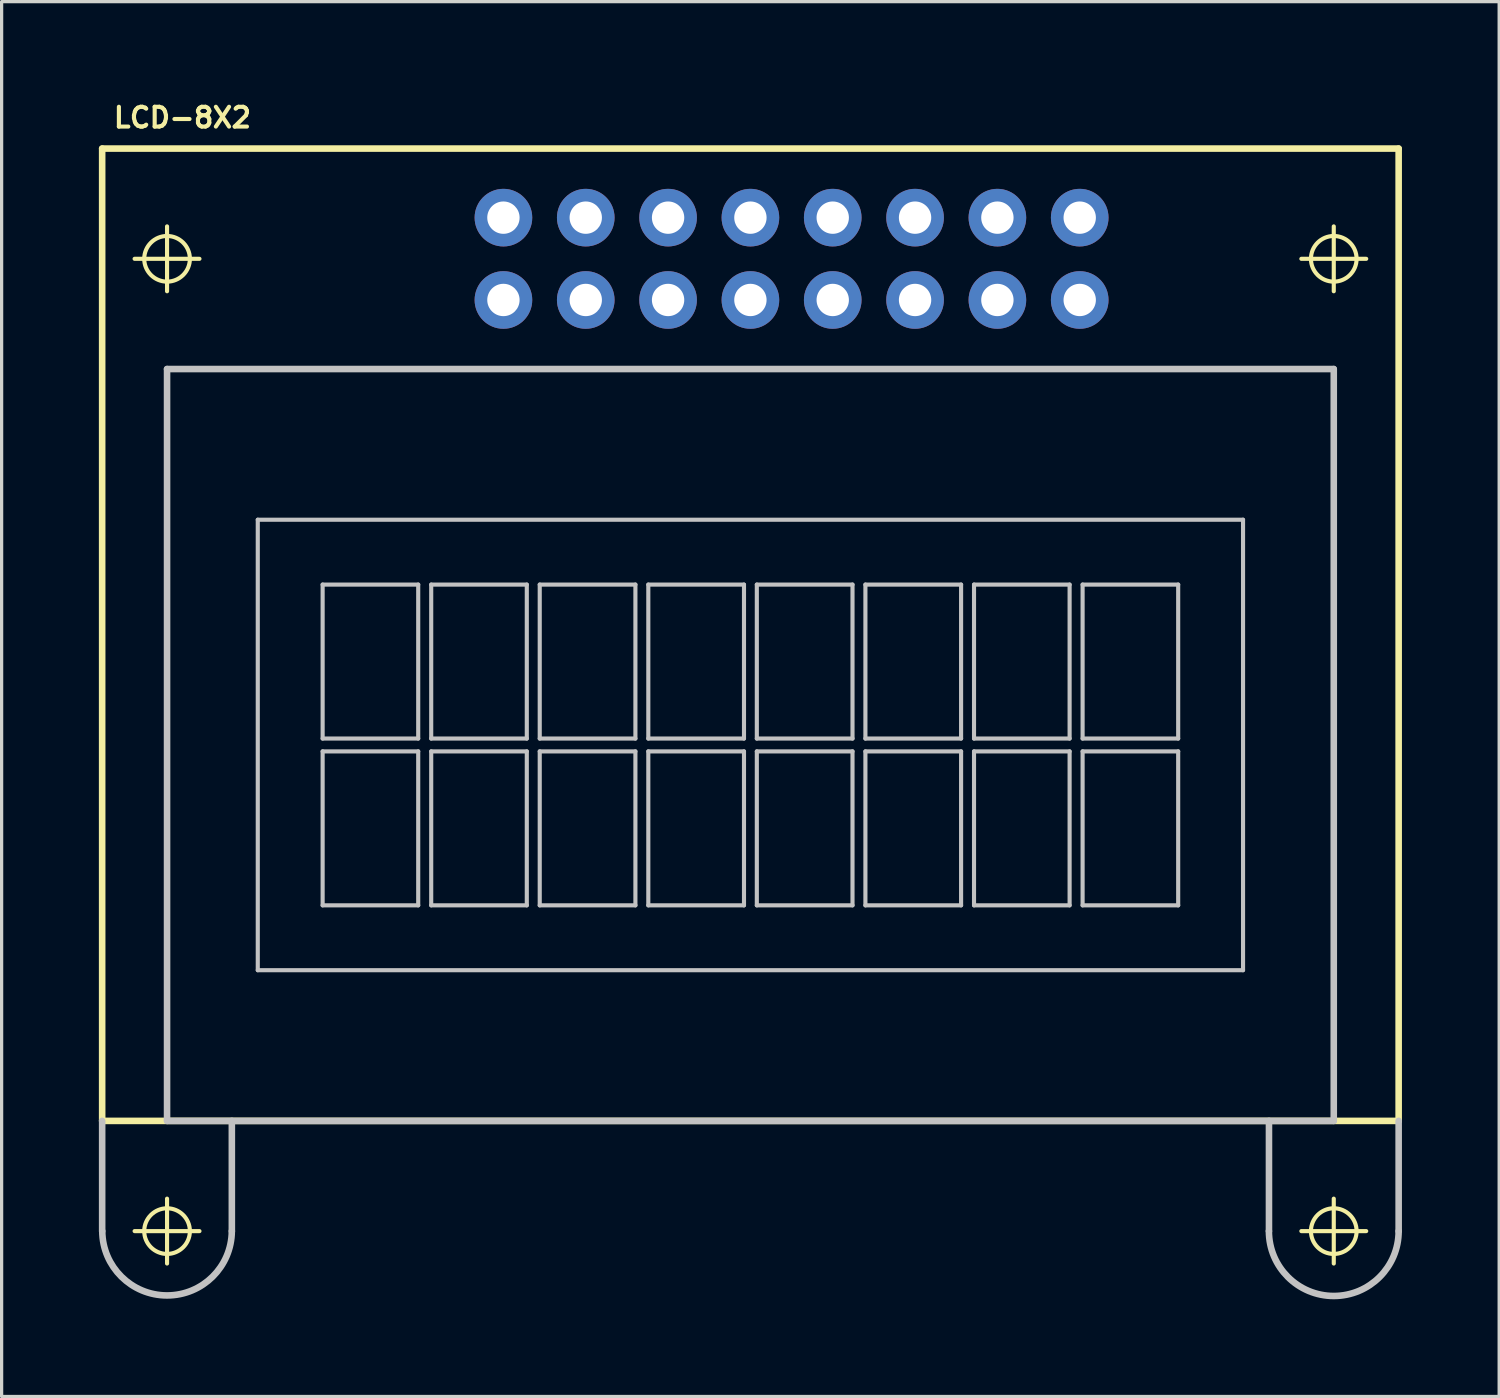
<source format=kicad_pcb>
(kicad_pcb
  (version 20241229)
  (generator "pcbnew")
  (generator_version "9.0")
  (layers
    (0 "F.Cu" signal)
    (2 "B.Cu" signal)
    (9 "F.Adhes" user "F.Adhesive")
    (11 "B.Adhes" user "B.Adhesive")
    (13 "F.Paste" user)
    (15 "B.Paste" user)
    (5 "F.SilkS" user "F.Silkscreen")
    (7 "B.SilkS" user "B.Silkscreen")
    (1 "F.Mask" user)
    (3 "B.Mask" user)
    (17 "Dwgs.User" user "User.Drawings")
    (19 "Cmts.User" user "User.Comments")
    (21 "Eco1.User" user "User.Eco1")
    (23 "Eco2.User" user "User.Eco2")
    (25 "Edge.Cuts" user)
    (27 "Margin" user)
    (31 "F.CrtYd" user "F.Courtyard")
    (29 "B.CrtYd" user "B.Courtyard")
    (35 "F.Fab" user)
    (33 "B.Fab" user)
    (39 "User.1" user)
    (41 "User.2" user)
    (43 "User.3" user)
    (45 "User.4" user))
  (footprint "LCD-8X2"
    (layer "F.Cu")
    (at 20.102 19.934)
    (property "Reference" "LCD-8X2" (at -17.523 -19.355 0) (layer "F.SilkS") (effects (font (size 0.61 0.61) (thickness 0.127))))
    (attr exclude_from_pos_files exclude_from_bom)
    (fp_line (start -20 -18.4) (end 20 -18.4) (stroke (width 0.203) (type solid)) (layer "F.SilkS"))
    (fp_line (start -20 11.598) (end -20 -18.4) (stroke (width 0.203) (type solid)) (layer "F.SilkS"))
    (fp_line (start -18.999 -14.999) (end -16.998 -14.999) (stroke (width 0.127) (type solid)) (layer "F.SilkS"))
    (fp_line (start -18.999 14.999) (end -16.998 14.999) (stroke (width 0.127) (type solid)) (layer "F.SilkS"))
    (fp_line (start -17.998 -13.998) (end -17.998 -15.999) (stroke (width 0.127) (type solid)) (layer "F.SilkS"))
    (fp_line (start -17.998 15.999) (end -17.998 13.998) (stroke (width 0.127) (type solid)) (layer "F.SilkS"))
    (fp_line (start 16.998 -14.999) (end 18.999 -14.999) (stroke (width 0.127) (type solid)) (layer "F.SilkS"))
    (fp_line (start 16.998 14.999) (end 18.999 14.999) (stroke (width 0.127) (type solid)) (layer "F.SilkS"))
    (fp_line (start 17.998 -13.998) (end 17.998 -15.999) (stroke (width 0.127) (type solid)) (layer "F.SilkS"))
    (fp_line (start 17.998 15.999) (end 17.998 13.998) (stroke (width 0.127) (type solid)) (layer "F.SilkS"))
    (fp_line (start 20 -18.4) (end 20 11.598) (stroke (width 0.203) (type solid)) (layer "F.SilkS"))
    (fp_line (start 20 11.598) (end -20 11.598) (stroke (width 0.203) (type solid)) (layer "F.SilkS"))
    (fp_circle (center -17.998 -14.999) (end -18.496 -15.497) (stroke (width 0.127) (type solid)) (fill no) (layer "F.SilkS"))
    (fp_circle (center -17.998 14.999) (end -18.496 15.497) (stroke (width 0.127) (type solid)) (fill no) (layer "F.SilkS"))
    (fp_circle (center 17.998 -14.999) (end 18.496 -15.497) (stroke (width 0.127) (type solid)) (fill no) (layer "F.SilkS"))
    (fp_circle (center 17.998 14.999) (end 18.496 15.497) (stroke (width 0.127) (type solid)) (fill no) (layer "F.SilkS"))
    (fp_line (start -20 14.999) (end -20 11.598) (stroke (width 0.203) (type solid)) (layer "Dwgs.User"))
    (fp_line (start -17.998 -11.598) (end -17.998 11.598) (stroke (width 0.203) (type solid)) (layer "Dwgs.User"))
    (fp_line (start -17.998 -11.598) (end 17.998 -11.598) (stroke (width 0.203) (type solid)) (layer "Dwgs.User"))
    (fp_line (start -17.998 11.598) (end 17.998 11.598) (stroke (width 0.203) (type solid)) (layer "Dwgs.User"))
    (fp_line (start -15.999 14.999) (end -15.999 11.598) (stroke (width 0.203) (type solid)) (layer "Dwgs.User"))
    (fp_line (start -15.199 -6.949) (end -15.199 6.949) (stroke (width 0.127) (type solid)) (layer "Dwgs.User"))
    (fp_line (start -15.199 6.949) (end 15.199 6.949) (stroke (width 0.127) (type solid)) (layer "Dwgs.User"))
    (fp_line (start -13.198 -4.948) (end -10.249 -4.948) (stroke (width 0.127) (type solid)) (layer "Dwgs.User"))
    (fp_line (start -13.198 -0.198) (end -13.198 -4.948) (stroke (width 0.127) (type solid)) (layer "Dwgs.User"))
    (fp_line (start -13.198 0.198) (end -13.198 4.948) (stroke (width 0.127) (type solid)) (layer "Dwgs.User"))
    (fp_line (start -13.198 4.948) (end -10.249 4.948) (stroke (width 0.127) (type solid)) (layer "Dwgs.User"))
    (fp_line (start -10.249 -4.948) (end -10.249 -0.198) (stroke (width 0.127) (type solid)) (layer "Dwgs.User"))
    (fp_line (start -10.249 -0.198) (end -13.198 -0.198) (stroke (width 0.127) (type solid)) (layer "Dwgs.User"))
    (fp_line (start -10.249 0.198) (end -13.198 0.198) (stroke (width 0.127) (type solid)) (layer "Dwgs.User"))
    (fp_line (start -10.249 4.948) (end -10.249 0.198) (stroke (width 0.127) (type solid)) (layer "Dwgs.User"))
    (fp_line (start -9.848 -4.948) (end -6.899 -4.948) (stroke (width 0.127) (type solid)) (layer "Dwgs.User"))
    (fp_line (start -9.848 -0.198) (end -9.848 -4.948) (stroke (width 0.127) (type solid)) (layer "Dwgs.User"))
    (fp_line (start -9.848 0.198) (end -9.848 4.948) (stroke (width 0.127) (type solid)) (layer "Dwgs.User"))
    (fp_line (start -9.848 4.948) (end -6.899 4.948) (stroke (width 0.127) (type solid)) (layer "Dwgs.User"))
    (fp_line (start -6.899 -4.948) (end -6.899 -0.198) (stroke (width 0.127) (type solid)) (layer "Dwgs.User"))
    (fp_line (start -6.899 -0.198) (end -9.848 -0.198) (stroke (width 0.127) (type solid)) (layer "Dwgs.User"))
    (fp_line (start -6.899 0.198) (end -9.848 0.198) (stroke (width 0.127) (type solid)) (layer "Dwgs.User"))
    (fp_line (start -6.899 4.948) (end -6.899 0.198) (stroke (width 0.127) (type solid)) (layer "Dwgs.User"))
    (fp_line (start -6.5 -4.948) (end -3.548 -4.948) (stroke (width 0.127) (type solid)) (layer "Dwgs.User"))
    (fp_line (start -6.5 -0.198) (end -6.5 -4.948) (stroke (width 0.127) (type solid)) (layer "Dwgs.User"))
    (fp_line (start -6.5 0.198) (end -6.5 4.948) (stroke (width 0.127) (type solid)) (layer "Dwgs.User"))
    (fp_line (start -6.5 4.948) (end -3.548 4.948) (stroke (width 0.127) (type solid)) (layer "Dwgs.User"))
    (fp_line (start -3.548 -4.948) (end -3.548 -0.198) (stroke (width 0.127) (type solid)) (layer "Dwgs.User"))
    (fp_line (start -3.548 -0.198) (end -6.5 -0.198) (stroke (width 0.127) (type solid)) (layer "Dwgs.User"))
    (fp_line (start -3.548 0.198) (end -6.5 0.198) (stroke (width 0.127) (type solid)) (layer "Dwgs.User"))
    (fp_line (start -3.548 4.948) (end -3.548 0.198) (stroke (width 0.127) (type solid)) (layer "Dwgs.User"))
    (fp_line (start -3.15 -4.948) (end -0.198 -4.948) (stroke (width 0.127) (type solid)) (layer "Dwgs.User"))
    (fp_line (start -3.15 -0.198) (end -3.15 -4.948) (stroke (width 0.127) (type solid)) (layer "Dwgs.User"))
    (fp_line (start -3.15 0.198) (end -3.15 4.948) (stroke (width 0.127) (type solid)) (layer "Dwgs.User"))
    (fp_line (start -3.15 4.948) (end -0.198 4.948) (stroke (width 0.127) (type solid)) (layer "Dwgs.User"))
    (fp_line (start -0.198 -4.948) (end -0.198 -0.198) (stroke (width 0.127) (type solid)) (layer "Dwgs.User"))
    (fp_line (start -0.198 -0.198) (end -3.15 -0.198) (stroke (width 0.127) (type solid)) (layer "Dwgs.User"))
    (fp_line (start -0.198 0.198) (end -3.15 0.198) (stroke (width 0.127) (type solid)) (layer "Dwgs.User"))
    (fp_line (start -0.198 4.948) (end -0.198 0.198) (stroke (width 0.127) (type solid)) (layer "Dwgs.User"))
    (fp_line (start 0.198 -4.948) (end 3.15 -4.948) (stroke (width 0.127) (type solid)) (layer "Dwgs.User"))
    (fp_line (start 0.198 -0.198) (end 0.198 -4.948) (stroke (width 0.127) (type solid)) (layer "Dwgs.User"))
    (fp_line (start 0.198 0.198) (end 0.198 4.948) (stroke (width 0.127) (type solid)) (layer "Dwgs.User"))
    (fp_line (start 0.198 4.948) (end 3.15 4.948) (stroke (width 0.127) (type solid)) (layer "Dwgs.User"))
    (fp_line (start 3.15 -4.948) (end 3.15 -0.198) (stroke (width 0.127) (type solid)) (layer "Dwgs.User"))
    (fp_line (start 3.15 -0.198) (end 0.198 -0.198) (stroke (width 0.127) (type solid)) (layer "Dwgs.User"))
    (fp_line (start 3.15 0.198) (end 0.198 0.198) (stroke (width 0.127) (type solid)) (layer "Dwgs.User"))
    (fp_line (start 3.15 4.948) (end 3.15 0.198) (stroke (width 0.127) (type solid)) (layer "Dwgs.User"))
    (fp_line (start 3.548 -4.948) (end 6.5 -4.948) (stroke (width 0.127) (type solid)) (layer "Dwgs.User"))
    (fp_line (start 3.548 -0.198) (end 3.548 -4.948) (stroke (width 0.127) (type solid)) (layer "Dwgs.User"))
    (fp_line (start 3.548 0.198) (end 3.548 4.948) (stroke (width 0.127) (type solid)) (layer "Dwgs.User"))
    (fp_line (start 3.548 4.948) (end 6.5 4.948) (stroke (width 0.127) (type solid)) (layer "Dwgs.User"))
    (fp_line (start 6.5 -4.948) (end 6.5 -0.198) (stroke (width 0.127) (type solid)) (layer "Dwgs.User"))
    (fp_line (start 6.5 -0.198) (end 3.548 -0.198) (stroke (width 0.127) (type solid)) (layer "Dwgs.User"))
    (fp_line (start 6.5 0.198) (end 3.548 0.198) (stroke (width 0.127) (type solid)) (layer "Dwgs.User"))
    (fp_line (start 6.5 4.948) (end 6.5 0.198) (stroke (width 0.127) (type solid)) (layer "Dwgs.User"))
    (fp_line (start 6.899 -4.948) (end 9.848 -4.948) (stroke (width 0.127) (type solid)) (layer "Dwgs.User"))
    (fp_line (start 6.899 -0.198) (end 6.899 -4.948) (stroke (width 0.127) (type solid)) (layer "Dwgs.User"))
    (fp_line (start 6.899 0.198) (end 6.899 4.948) (stroke (width 0.127) (type solid)) (layer "Dwgs.User"))
    (fp_line (start 6.899 4.948) (end 9.848 4.948) (stroke (width 0.127) (type solid)) (layer "Dwgs.User"))
    (fp_line (start 9.848 -4.948) (end 9.848 -0.198) (stroke (width 0.127) (type solid)) (layer "Dwgs.User"))
    (fp_line (start 9.848 -0.198) (end 6.899 -0.198) (stroke (width 0.127) (type solid)) (layer "Dwgs.User"))
    (fp_line (start 9.848 0.198) (end 6.899 0.198) (stroke (width 0.127) (type solid)) (layer "Dwgs.User"))
    (fp_line (start 9.848 4.948) (end 9.848 0.198) (stroke (width 0.127) (type solid)) (layer "Dwgs.User"))
    (fp_line (start 10.249 -4.948) (end 13.198 -4.948) (stroke (width 0.127) (type solid)) (layer "Dwgs.User"))
    (fp_line (start 10.249 -0.198) (end 10.249 -4.948) (stroke (width 0.127) (type solid)) (layer "Dwgs.User"))
    (fp_line (start 10.249 0.198) (end 10.249 4.948) (stroke (width 0.127) (type solid)) (layer "Dwgs.User"))
    (fp_line (start 10.249 4.948) (end 13.198 4.948) (stroke (width 0.127) (type solid)) (layer "Dwgs.User"))
    (fp_line (start 13.198 -4.948) (end 13.198 -0.198) (stroke (width 0.127) (type solid)) (layer "Dwgs.User"))
    (fp_line (start 13.198 -0.198) (end 10.249 -0.198) (stroke (width 0.127) (type solid)) (layer "Dwgs.User"))
    (fp_line (start 13.198 0.198) (end 10.249 0.198) (stroke (width 0.127) (type solid)) (layer "Dwgs.User"))
    (fp_line (start 13.198 4.948) (end 13.198 0.198) (stroke (width 0.127) (type solid)) (layer "Dwgs.User"))
    (fp_line (start 15.199 -6.949) (end -15.199 -6.949) (stroke (width 0.127) (type solid)) (layer "Dwgs.User"))
    (fp_line (start 15.199 6.949) (end 15.199 -6.949) (stroke (width 0.127) (type solid)) (layer "Dwgs.User"))
    (fp_line (start 15.999 14.999) (end 15.999 11.598) (stroke (width 0.203) (type solid)) (layer "Dwgs.User"))
    (fp_line (start 17.998 -11.598) (end 17.998 11.598) (stroke (width 0.203) (type solid)) (layer "Dwgs.User"))
    (fp_line (start 20 14.999) (end 20 11.598) (stroke (width 0.203) (type solid)) (layer "Dwgs.User"))
    (fp_arc (start -15.99946 14.9987) (mid -17.99844 16.99768) (end -19.99742 14.9987) (stroke (width 0.2032) (type solid)) (layer "Dwgs.User"))
    (fp_arc (start 19.99996 14.9987) (mid 17.99844 17.00022) (end 15.99692 14.9987) (stroke (width 0.2032) (type solid)) (layer "Dwgs.User"))
    (pad "1" thru_hole circle (at -7.62 -13.729) (size 1.778 1.778) (drill 0.998) (layers "*.Cu" "*.Paste" "*.Mask"))
    (pad "2" thru_hole circle (at -7.62 -16.269) (size 1.778 1.778) (drill 0.998) (layers "*.Cu" "*.Paste" "*.Mask"))
    (pad "3" thru_hole circle (at -5.08 -13.729) (size 1.778 1.778) (drill 0.998) (layers "*.Cu" "*.Paste" "*.Mask"))
    (pad "4" thru_hole circle (at -5.08 -16.269) (size 1.778 1.778) (drill 0.998) (layers "*.Cu" "*.Paste" "*.Mask"))
    (pad "5" thru_hole circle (at -2.54 -13.729) (size 1.778 1.778) (drill 0.998) (layers "*.Cu" "*.Paste" "*.Mask"))
    (pad "6" thru_hole circle (at -2.54 -16.269) (size 1.778 1.778) (drill 0.998) (layers "*.Cu" "*.Paste" "*.Mask"))
    (pad "7" thru_hole circle (at 0 -13.729) (size 1.778 1.778) (drill 0.998) (layers "*.Cu" "*.Paste" "*.Mask"))
    (pad "8" thru_hole circle (at 0 -16.269) (size 1.778 1.778) (drill 0.998) (layers "*.Cu" "*.Paste" "*.Mask"))
    (pad "9" thru_hole circle (at 2.54 -13.729) (size 1.778 1.778) (drill 0.998) (layers "*.Cu" "*.Paste" "*.Mask"))
    (pad "10" thru_hole circle (at 2.54 -16.269) (size 1.778 1.778) (drill 0.998) (layers "*.Cu" "*.Paste" "*.Mask"))
    (pad "11" thru_hole circle (at 5.08 -13.729) (size 1.778 1.778) (drill 0.998) (layers "*.Cu" "*.Paste" "*.Mask"))
    (pad "12" thru_hole circle (at 5.08 -16.269) (size 1.778 1.778) (drill 0.998) (layers "*.Cu" "*.Paste" "*.Mask"))
    (pad "13" thru_hole circle (at 7.62 -13.729) (size 1.778 1.778) (drill 0.998) (layers "*.Cu" "*.Paste" "*.Mask"))
    (pad "14" thru_hole circle (at 7.62 -16.269) (size 1.778 1.778) (drill 0.998) (layers "*.Cu" "*.Paste" "*.Mask"))
    (pad "15" thru_hole circle (at 10.16 -13.729) (size 1.778 1.778) (drill 0.998) (layers "*.Cu" "*.Paste" "*.Mask"))
    (pad "16" thru_hole circle (at 10.16 -16.269) (size 1.778 1.778) (drill 0.998) (layers "*.Cu" "*.Paste" "*.Mask")))
  (gr_rect
    (start -3 -3)
    (end 43.203 40.036)
    (stroke (width 0.1) (type default))
    (fill no)
    (layer "Edge.Cuts")))
</source>
